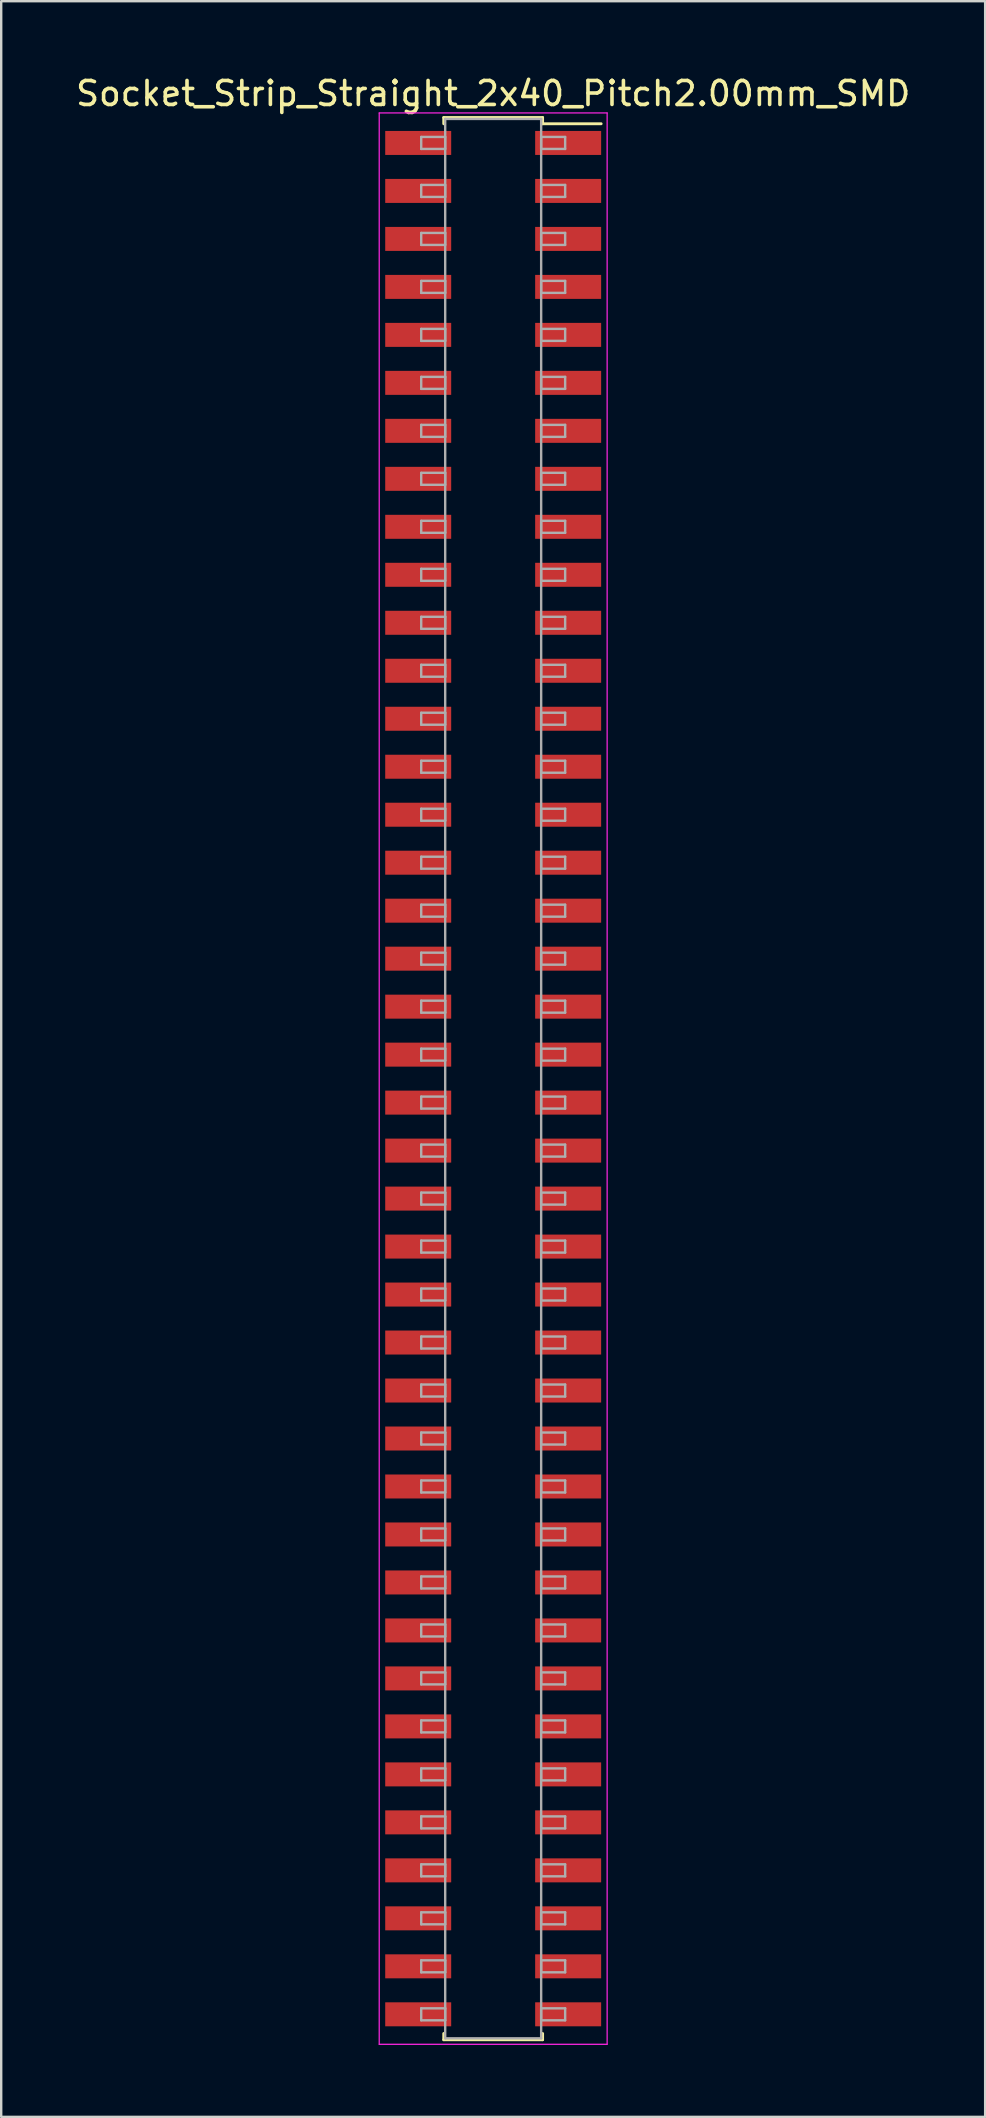
<source format=kicad_pcb>
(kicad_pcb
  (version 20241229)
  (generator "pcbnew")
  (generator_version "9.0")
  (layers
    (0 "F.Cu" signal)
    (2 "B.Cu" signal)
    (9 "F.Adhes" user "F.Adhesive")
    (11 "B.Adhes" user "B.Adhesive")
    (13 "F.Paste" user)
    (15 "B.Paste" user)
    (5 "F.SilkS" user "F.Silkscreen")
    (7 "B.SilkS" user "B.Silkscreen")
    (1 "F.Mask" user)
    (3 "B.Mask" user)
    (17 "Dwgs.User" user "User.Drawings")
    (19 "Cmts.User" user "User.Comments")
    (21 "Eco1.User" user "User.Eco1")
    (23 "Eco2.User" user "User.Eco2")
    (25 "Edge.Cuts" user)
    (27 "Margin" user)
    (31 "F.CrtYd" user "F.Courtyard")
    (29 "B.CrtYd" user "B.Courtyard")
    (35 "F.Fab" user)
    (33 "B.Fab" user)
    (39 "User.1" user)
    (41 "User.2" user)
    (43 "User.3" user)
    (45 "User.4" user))
  (footprint "Socket_Strip_Straight_2x40_Pitch2.00mm_SMD"
    (layer "F.Cu")
    (at 17.506 41.908)
    (property "Reference" "Socket_Strip_Straight_2x40_Pitch2.00mm_SMD" (at 0 -41.06 0) (layer "F.SilkS") (effects (font (size 1 1) (thickness 0.15))))
    (attr smd)
    (fp_line (start -2.06 -40.06) (end 2.06 -40.06) (stroke (width 0.12) (type solid)) (layer "F.SilkS"))
    (fp_line (start -2.06 -39.8) (end -2.06 -40.06) (stroke (width 0.12) (type solid)) (layer "F.SilkS"))
    (fp_line (start -2.06 39.8) (end -2.06 40.06) (stroke (width 0.12) (type solid)) (layer "F.SilkS"))
    (fp_line (start -2.06 40.06) (end 2.06 40.06) (stroke (width 0.12) (type solid)) (layer "F.SilkS"))
    (fp_line (start 2.06 -40.06) (end 2.06 -39.8) (stroke (width 0.12) (type solid)) (layer "F.SilkS"))
    (fp_line (start 2.06 40.06) (end 2.06 39.8) (stroke (width 0.12) (type solid)) (layer "F.SilkS"))
    (fp_line (start 4.5 -39.8) (end 2.06 -39.8) (stroke (width 0.12) (type solid)) (layer "F.SilkS"))
    (fp_line (start -4.75 -40.25) (end -4.75 40.25) (stroke (width 0.05) (type solid)) (layer "F.CrtYd"))
    (fp_line (start -4.75 40.25) (end 4.75 40.25) (stroke (width 0.05) (type solid)) (layer "F.CrtYd"))
    (fp_line (start 4.75 -40.25) (end -4.75 -40.25) (stroke (width 0.05) (type solid)) (layer "F.CrtYd"))
    (fp_line (start 4.75 40.25) (end 4.75 -40.25) (stroke (width 0.05) (type solid)) (layer "F.CrtYd"))
    (fp_line (start -3 -39.25) (end -2 -39.25) (stroke (width 0.1) (type solid)) (layer "F.Fab"))
    (fp_line (start -3 -38.75) (end -3 -39.25) (stroke (width 0.1) (type solid)) (layer "F.Fab"))
    (fp_line (start -3 -37.25) (end -2 -37.25) (stroke (width 0.1) (type solid)) (layer "F.Fab"))
    (fp_line (start -3 -36.75) (end -3 -37.25) (stroke (width 0.1) (type solid)) (layer "F.Fab"))
    (fp_line (start -3 -35.25) (end -2 -35.25) (stroke (width 0.1) (type solid)) (layer "F.Fab"))
    (fp_line (start -3 -34.75) (end -3 -35.25) (stroke (width 0.1) (type solid)) (layer "F.Fab"))
    (fp_line (start -3 -33.25) (end -2 -33.25) (stroke (width 0.1) (type solid)) (layer "F.Fab"))
    (fp_line (start -3 -32.75) (end -3 -33.25) (stroke (width 0.1) (type solid)) (layer "F.Fab"))
    (fp_line (start -3 -31.25) (end -2 -31.25) (stroke (width 0.1) (type solid)) (layer "F.Fab"))
    (fp_line (start -3 -30.75) (end -3 -31.25) (stroke (width 0.1) (type solid)) (layer "F.Fab"))
    (fp_line (start -3 -29.25) (end -2 -29.25) (stroke (width 0.1) (type solid)) (layer "F.Fab"))
    (fp_line (start -3 -28.75) (end -3 -29.25) (stroke (width 0.1) (type solid)) (layer "F.Fab"))
    (fp_line (start -3 -27.25) (end -2 -27.25) (stroke (width 0.1) (type solid)) (layer "F.Fab"))
    (fp_line (start -3 -26.75) (end -3 -27.25) (stroke (width 0.1) (type solid)) (layer "F.Fab"))
    (fp_line (start -3 -25.25) (end -2 -25.25) (stroke (width 0.1) (type solid)) (layer "F.Fab"))
    (fp_line (start -3 -24.75) (end -3 -25.25) (stroke (width 0.1) (type solid)) (layer "F.Fab"))
    (fp_line (start -3 -23.25) (end -2 -23.25) (stroke (width 0.1) (type solid)) (layer "F.Fab"))
    (fp_line (start -3 -22.75) (end -3 -23.25) (stroke (width 0.1) (type solid)) (layer "F.Fab"))
    (fp_line (start -3 -21.25) (end -2 -21.25) (stroke (width 0.1) (type solid)) (layer "F.Fab"))
    (fp_line (start -3 -20.75) (end -3 -21.25) (stroke (width 0.1) (type solid)) (layer "F.Fab"))
    (fp_line (start -3 -19.25) (end -2 -19.25) (stroke (width 0.1) (type solid)) (layer "F.Fab"))
    (fp_line (start -3 -18.75) (end -3 -19.25) (stroke (width 0.1) (type solid)) (layer "F.Fab"))
    (fp_line (start -3 -17.25) (end -2 -17.25) (stroke (width 0.1) (type solid)) (layer "F.Fab"))
    (fp_line (start -3 -16.75) (end -3 -17.25) (stroke (width 0.1) (type solid)) (layer "F.Fab"))
    (fp_line (start -3 -15.25) (end -2 -15.25) (stroke (width 0.1) (type solid)) (layer "F.Fab"))
    (fp_line (start -3 -14.75) (end -3 -15.25) (stroke (width 0.1) (type solid)) (layer "F.Fab"))
    (fp_line (start -3 -13.25) (end -2 -13.25) (stroke (width 0.1) (type solid)) (layer "F.Fab"))
    (fp_line (start -3 -12.75) (end -3 -13.25) (stroke (width 0.1) (type solid)) (layer "F.Fab"))
    (fp_line (start -3 -11.25) (end -2 -11.25) (stroke (width 0.1) (type solid)) (layer "F.Fab"))
    (fp_line (start -3 -10.75) (end -3 -11.25) (stroke (width 0.1) (type solid)) (layer "F.Fab"))
    (fp_line (start -3 -9.25) (end -2 -9.25) (stroke (width 0.1) (type solid)) (layer "F.Fab"))
    (fp_line (start -3 -8.75) (end -3 -9.25) (stroke (width 0.1) (type solid)) (layer "F.Fab"))
    (fp_line (start -3 -7.25) (end -2 -7.25) (stroke (width 0.1) (type solid)) (layer "F.Fab"))
    (fp_line (start -3 -6.75) (end -3 -7.25) (stroke (width 0.1) (type solid)) (layer "F.Fab"))
    (fp_line (start -3 -5.25) (end -2 -5.25) (stroke (width 0.1) (type solid)) (layer "F.Fab"))
    (fp_line (start -3 -4.75) (end -3 -5.25) (stroke (width 0.1) (type solid)) (layer "F.Fab"))
    (fp_line (start -3 -3.25) (end -2 -3.25) (stroke (width 0.1) (type solid)) (layer "F.Fab"))
    (fp_line (start -3 -2.75) (end -3 -3.25) (stroke (width 0.1) (type solid)) (layer "F.Fab"))
    (fp_line (start -3 -1.25) (end -2 -1.25) (stroke (width 0.1) (type solid)) (layer "F.Fab"))
    (fp_line (start -3 -0.75) (end -3 -1.25) (stroke (width 0.1) (type solid)) (layer "F.Fab"))
    (fp_line (start -3 0.75) (end -2 0.75) (stroke (width 0.1) (type solid)) (layer "F.Fab"))
    (fp_line (start -3 1.25) (end -3 0.75) (stroke (width 0.1) (type solid)) (layer "F.Fab"))
    (fp_line (start -3 2.75) (end -2 2.75) (stroke (width 0.1) (type solid)) (layer "F.Fab"))
    (fp_line (start -3 3.25) (end -3 2.75) (stroke (width 0.1) (type solid)) (layer "F.Fab"))
    (fp_line (start -3 4.75) (end -2 4.75) (stroke (width 0.1) (type solid)) (layer "F.Fab"))
    (fp_line (start -3 5.25) (end -3 4.75) (stroke (width 0.1) (type solid)) (layer "F.Fab"))
    (fp_line (start -3 6.75) (end -2 6.75) (stroke (width 0.1) (type solid)) (layer "F.Fab"))
    (fp_line (start -3 7.25) (end -3 6.75) (stroke (width 0.1) (type solid)) (layer "F.Fab"))
    (fp_line (start -3 8.75) (end -2 8.75) (stroke (width 0.1) (type solid)) (layer "F.Fab"))
    (fp_line (start -3 9.25) (end -3 8.75) (stroke (width 0.1) (type solid)) (layer "F.Fab"))
    (fp_line (start -3 10.75) (end -2 10.75) (stroke (width 0.1) (type solid)) (layer "F.Fab"))
    (fp_line (start -3 11.25) (end -3 10.75) (stroke (width 0.1) (type solid)) (layer "F.Fab"))
    (fp_line (start -3 12.75) (end -2 12.75) (stroke (width 0.1) (type solid)) (layer "F.Fab"))
    (fp_line (start -3 13.25) (end -3 12.75) (stroke (width 0.1) (type solid)) (layer "F.Fab"))
    (fp_line (start -3 14.75) (end -2 14.75) (stroke (width 0.1) (type solid)) (layer "F.Fab"))
    (fp_line (start -3 15.25) (end -3 14.75) (stroke (width 0.1) (type solid)) (layer "F.Fab"))
    (fp_line (start -3 16.75) (end -2 16.75) (stroke (width 0.1) (type solid)) (layer "F.Fab"))
    (fp_line (start -3 17.25) (end -3 16.75) (stroke (width 0.1) (type solid)) (layer "F.Fab"))
    (fp_line (start -3 18.75) (end -2 18.75) (stroke (width 0.1) (type solid)) (layer "F.Fab"))
    (fp_line (start -3 19.25) (end -3 18.75) (stroke (width 0.1) (type solid)) (layer "F.Fab"))
    (fp_line (start -3 20.75) (end -2 20.75) (stroke (width 0.1) (type solid)) (layer "F.Fab"))
    (fp_line (start -3 21.25) (end -3 20.75) (stroke (width 0.1) (type solid)) (layer "F.Fab"))
    (fp_line (start -3 22.75) (end -2 22.75) (stroke (width 0.1) (type solid)) (layer "F.Fab"))
    (fp_line (start -3 23.25) (end -3 22.75) (stroke (width 0.1) (type solid)) (layer "F.Fab"))
    (fp_line (start -3 24.75) (end -2 24.75) (stroke (width 0.1) (type solid)) (layer "F.Fab"))
    (fp_line (start -3 25.25) (end -3 24.75) (stroke (width 0.1) (type solid)) (layer "F.Fab"))
    (fp_line (start -3 26.75) (end -2 26.75) (stroke (width 0.1) (type solid)) (layer "F.Fab"))
    (fp_line (start -3 27.25) (end -3 26.75) (stroke (width 0.1) (type solid)) (layer "F.Fab"))
    (fp_line (start -3 28.75) (end -2 28.75) (stroke (width 0.1) (type solid)) (layer "F.Fab"))
    (fp_line (start -3 29.25) (end -3 28.75) (stroke (width 0.1) (type solid)) (layer "F.Fab"))
    (fp_line (start -3 30.75) (end -2 30.75) (stroke (width 0.1) (type solid)) (layer "F.Fab"))
    (fp_line (start -3 31.25) (end -3 30.75) (stroke (width 0.1) (type solid)) (layer "F.Fab"))
    (fp_line (start -3 32.75) (end -2 32.75) (stroke (width 0.1) (type solid)) (layer "F.Fab"))
    (fp_line (start -3 33.25) (end -3 32.75) (stroke (width 0.1) (type solid)) (layer "F.Fab"))
    (fp_line (start -3 34.75) (end -2 34.75) (stroke (width 0.1) (type solid)) (layer "F.Fab"))
    (fp_line (start -3 35.25) (end -3 34.75) (stroke (width 0.1) (type solid)) (layer "F.Fab"))
    (fp_line (start -3 36.75) (end -2 36.75) (stroke (width 0.1) (type solid)) (layer "F.Fab"))
    (fp_line (start -3 37.25) (end -3 36.75) (stroke (width 0.1) (type solid)) (layer "F.Fab"))
    (fp_line (start -3 38.75) (end -2 38.75) (stroke (width 0.1) (type solid)) (layer "F.Fab"))
    (fp_line (start -3 39.25) (end -3 38.75) (stroke (width 0.1) (type solid)) (layer "F.Fab"))
    (fp_line (start -2 -40) (end -2 40) (stroke (width 0.1) (type solid)) (layer "F.Fab"))
    (fp_line (start -2 -39.25) (end -2 -38.75) (stroke (width 0.1) (type solid)) (layer "F.Fab"))
    (fp_line (start -2 -38.75) (end -3 -38.75) (stroke (width 0.1) (type solid)) (layer "F.Fab"))
    (fp_line (start -2 -37.25) (end -2 -36.75) (stroke (width 0.1) (type solid)) (layer "F.Fab"))
    (fp_line (start -2 -36.75) (end -3 -36.75) (stroke (width 0.1) (type solid)) (layer "F.Fab"))
    (fp_line (start -2 -35.25) (end -2 -34.75) (stroke (width 0.1) (type solid)) (layer "F.Fab"))
    (fp_line (start -2 -34.75) (end -3 -34.75) (stroke (width 0.1) (type solid)) (layer "F.Fab"))
    (fp_line (start -2 -33.25) (end -2 -32.75) (stroke (width 0.1) (type solid)) (layer "F.Fab"))
    (fp_line (start -2 -32.75) (end -3 -32.75) (stroke (width 0.1) (type solid)) (layer "F.Fab"))
    (fp_line (start -2 -31.25) (end -2 -30.75) (stroke (width 0.1) (type solid)) (layer "F.Fab"))
    (fp_line (start -2 -30.75) (end -3 -30.75) (stroke (width 0.1) (type solid)) (layer "F.Fab"))
    (fp_line (start -2 -29.25) (end -2 -28.75) (stroke (width 0.1) (type solid)) (layer "F.Fab"))
    (fp_line (start -2 -28.75) (end -3 -28.75) (stroke (width 0.1) (type solid)) (layer "F.Fab"))
    (fp_line (start -2 -27.25) (end -2 -26.75) (stroke (width 0.1) (type solid)) (layer "F.Fab"))
    (fp_line (start -2 -26.75) (end -3 -26.75) (stroke (width 0.1) (type solid)) (layer "F.Fab"))
    (fp_line (start -2 -25.25) (end -2 -24.75) (stroke (width 0.1) (type solid)) (layer "F.Fab"))
    (fp_line (start -2 -24.75) (end -3 -24.75) (stroke (width 0.1) (type solid)) (layer "F.Fab"))
    (fp_line (start -2 -23.25) (end -2 -22.75) (stroke (width 0.1) (type solid)) (layer "F.Fab"))
    (fp_line (start -2 -22.75) (end -3 -22.75) (stroke (width 0.1) (type solid)) (layer "F.Fab"))
    (fp_line (start -2 -21.25) (end -2 -20.75) (stroke (width 0.1) (type solid)) (layer "F.Fab"))
    (fp_line (start -2 -20.75) (end -3 -20.75) (stroke (width 0.1) (type solid)) (layer "F.Fab"))
    (fp_line (start -2 -19.25) (end -2 -18.75) (stroke (width 0.1) (type solid)) (layer "F.Fab"))
    (fp_line (start -2 -18.75) (end -3 -18.75) (stroke (width 0.1) (type solid)) (layer "F.Fab"))
    (fp_line (start -2 -17.25) (end -2 -16.75) (stroke (width 0.1) (type solid)) (layer "F.Fab"))
    (fp_line (start -2 -16.75) (end -3 -16.75) (stroke (width 0.1) (type solid)) (layer "F.Fab"))
    (fp_line (start -2 -15.25) (end -2 -14.75) (stroke (width 0.1) (type solid)) (layer "F.Fab"))
    (fp_line (start -2 -14.75) (end -3 -14.75) (stroke (width 0.1) (type solid)) (layer "F.Fab"))
    (fp_line (start -2 -13.25) (end -2 -12.75) (stroke (width 0.1) (type solid)) (layer "F.Fab"))
    (fp_line (start -2 -12.75) (end -3 -12.75) (stroke (width 0.1) (type solid)) (layer "F.Fab"))
    (fp_line (start -2 -11.25) (end -2 -10.75) (stroke (width 0.1) (type solid)) (layer "F.Fab"))
    (fp_line (start -2 -10.75) (end -3 -10.75) (stroke (width 0.1) (type solid)) (layer "F.Fab"))
    (fp_line (start -2 -9.25) (end -2 -8.75) (stroke (width 0.1) (type solid)) (layer "F.Fab"))
    (fp_line (start -2 -8.75) (end -3 -8.75) (stroke (width 0.1) (type solid)) (layer "F.Fab"))
    (fp_line (start -2 -7.25) (end -2 -6.75) (stroke (width 0.1) (type solid)) (layer "F.Fab"))
    (fp_line (start -2 -6.75) (end -3 -6.75) (stroke (width 0.1) (type solid)) (layer "F.Fab"))
    (fp_line (start -2 -5.25) (end -2 -4.75) (stroke (width 0.1) (type solid)) (layer "F.Fab"))
    (fp_line (start -2 -4.75) (end -3 -4.75) (stroke (width 0.1) (type solid)) (layer "F.Fab"))
    (fp_line (start -2 -3.25) (end -2 -2.75) (stroke (width 0.1) (type solid)) (layer "F.Fab"))
    (fp_line (start -2 -2.75) (end -3 -2.75) (stroke (width 0.1) (type solid)) (layer "F.Fab"))
    (fp_line (start -2 -1.25) (end -2 -0.75) (stroke (width 0.1) (type solid)) (layer "F.Fab"))
    (fp_line (start -2 -0.75) (end -3 -0.75) (stroke (width 0.1) (type solid)) (layer "F.Fab"))
    (fp_line (start -2 0.75) (end -2 1.25) (stroke (width 0.1) (type solid)) (layer "F.Fab"))
    (fp_line (start -2 1.25) (end -3 1.25) (stroke (width 0.1) (type solid)) (layer "F.Fab"))
    (fp_line (start -2 2.75) (end -2 3.25) (stroke (width 0.1) (type solid)) (layer "F.Fab"))
    (fp_line (start -2 3.25) (end -3 3.25) (stroke (width 0.1) (type solid)) (layer "F.Fab"))
    (fp_line (start -2 4.75) (end -2 5.25) (stroke (width 0.1) (type solid)) (layer "F.Fab"))
    (fp_line (start -2 5.25) (end -3 5.25) (stroke (width 0.1) (type solid)) (layer "F.Fab"))
    (fp_line (start -2 6.75) (end -2 7.25) (stroke (width 0.1) (type solid)) (layer "F.Fab"))
    (fp_line (start -2 7.25) (end -3 7.25) (stroke (width 0.1) (type solid)) (layer "F.Fab"))
    (fp_line (start -2 8.75) (end -2 9.25) (stroke (width 0.1) (type solid)) (layer "F.Fab"))
    (fp_line (start -2 9.25) (end -3 9.25) (stroke (width 0.1) (type solid)) (layer "F.Fab"))
    (fp_line (start -2 10.75) (end -2 11.25) (stroke (width 0.1) (type solid)) (layer "F.Fab"))
    (fp_line (start -2 11.25) (end -3 11.25) (stroke (width 0.1) (type solid)) (layer "F.Fab"))
    (fp_line (start -2 12.75) (end -2 13.25) (stroke (width 0.1) (type solid)) (layer "F.Fab"))
    (fp_line (start -2 13.25) (end -3 13.25) (stroke (width 0.1) (type solid)) (layer "F.Fab"))
    (fp_line (start -2 14.75) (end -2 15.25) (stroke (width 0.1) (type solid)) (layer "F.Fab"))
    (fp_line (start -2 15.25) (end -3 15.25) (stroke (width 0.1) (type solid)) (layer "F.Fab"))
    (fp_line (start -2 16.75) (end -2 17.25) (stroke (width 0.1) (type solid)) (layer "F.Fab"))
    (fp_line (start -2 17.25) (end -3 17.25) (stroke (width 0.1) (type solid)) (layer "F.Fab"))
    (fp_line (start -2 18.75) (end -2 19.25) (stroke (width 0.1) (type solid)) (layer "F.Fab"))
    (fp_line (start -2 19.25) (end -3 19.25) (stroke (width 0.1) (type solid)) (layer "F.Fab"))
    (fp_line (start -2 20.75) (end -2 21.25) (stroke (width 0.1) (type solid)) (layer "F.Fab"))
    (fp_line (start -2 21.25) (end -3 21.25) (stroke (width 0.1) (type solid)) (layer "F.Fab"))
    (fp_line (start -2 22.75) (end -2 23.25) (stroke (width 0.1) (type solid)) (layer "F.Fab"))
    (fp_line (start -2 23.25) (end -3 23.25) (stroke (width 0.1) (type solid)) (layer "F.Fab"))
    (fp_line (start -2 24.75) (end -2 25.25) (stroke (width 0.1) (type solid)) (layer "F.Fab"))
    (fp_line (start -2 25.25) (end -3 25.25) (stroke (width 0.1) (type solid)) (layer "F.Fab"))
    (fp_line (start -2 26.75) (end -2 27.25) (stroke (width 0.1) (type solid)) (layer "F.Fab"))
    (fp_line (start -2 27.25) (end -3 27.25) (stroke (width 0.1) (type solid)) (layer "F.Fab"))
    (fp_line (start -2 28.75) (end -2 29.25) (stroke (width 0.1) (type solid)) (layer "F.Fab"))
    (fp_line (start -2 29.25) (end -3 29.25) (stroke (width 0.1) (type solid)) (layer "F.Fab"))
    (fp_line (start -2 30.75) (end -2 31.25) (stroke (width 0.1) (type solid)) (layer "F.Fab"))
    (fp_line (start -2 31.25) (end -3 31.25) (stroke (width 0.1) (type solid)) (layer "F.Fab"))
    (fp_line (start -2 32.75) (end -2 33.25) (stroke (width 0.1) (type solid)) (layer "F.Fab"))
    (fp_line (start -2 33.25) (end -3 33.25) (stroke (width 0.1) (type solid)) (layer "F.Fab"))
    (fp_line (start -2 34.75) (end -2 35.25) (stroke (width 0.1) (type solid)) (layer "F.Fab"))
    (fp_line (start -2 35.25) (end -3 35.25) (stroke (width 0.1) (type solid)) (layer "F.Fab"))
    (fp_line (start -2 36.75) (end -2 37.25) (stroke (width 0.1) (type solid)) (layer "F.Fab"))
    (fp_line (start -2 37.25) (end -3 37.25) (stroke (width 0.1) (type solid)) (layer "F.Fab"))
    (fp_line (start -2 38.75) (end -2 39.25) (stroke (width 0.1) (type solid)) (layer "F.Fab"))
    (fp_line (start -2 39.25) (end -3 39.25) (stroke (width 0.1) (type solid)) (layer "F.Fab"))
    (fp_line (start -2 40) (end 2 40) (stroke (width 0.1) (type solid)) (layer "F.Fab"))
    (fp_line (start 2 -40) (end -2 -40) (stroke (width 0.1) (type solid)) (layer "F.Fab"))
    (fp_line (start 2 -39.25) (end 2 -38.75) (stroke (width 0.1) (type solid)) (layer "F.Fab"))
    (fp_line (start 2 -38.75) (end 3 -38.75) (stroke (width 0.1) (type solid)) (layer "F.Fab"))
    (fp_line (start 2 -37.25) (end 2 -36.75) (stroke (width 0.1) (type solid)) (layer "F.Fab"))
    (fp_line (start 2 -36.75) (end 3 -36.75) (stroke (width 0.1) (type solid)) (layer "F.Fab"))
    (fp_line (start 2 -35.25) (end 2 -34.75) (stroke (width 0.1) (type solid)) (layer "F.Fab"))
    (fp_line (start 2 -34.75) (end 3 -34.75) (stroke (width 0.1) (type solid)) (layer "F.Fab"))
    (fp_line (start 2 -33.25) (end 2 -32.75) (stroke (width 0.1) (type solid)) (layer "F.Fab"))
    (fp_line (start 2 -32.75) (end 3 -32.75) (stroke (width 0.1) (type solid)) (layer "F.Fab"))
    (fp_line (start 2 -31.25) (end 2 -30.75) (stroke (width 0.1) (type solid)) (layer "F.Fab"))
    (fp_line (start 2 -30.75) (end 3 -30.75) (stroke (width 0.1) (type solid)) (layer "F.Fab"))
    (fp_line (start 2 -29.25) (end 2 -28.75) (stroke (width 0.1) (type solid)) (layer "F.Fab"))
    (fp_line (start 2 -28.75) (end 3 -28.75) (stroke (width 0.1) (type solid)) (layer "F.Fab"))
    (fp_line (start 2 -27.25) (end 2 -26.75) (stroke (width 0.1) (type solid)) (layer "F.Fab"))
    (fp_line (start 2 -26.75) (end 3 -26.75) (stroke (width 0.1) (type solid)) (layer "F.Fab"))
    (fp_line (start 2 -25.25) (end 2 -24.75) (stroke (width 0.1) (type solid)) (layer "F.Fab"))
    (fp_line (start 2 -24.75) (end 3 -24.75) (stroke (width 0.1) (type solid)) (layer "F.Fab"))
    (fp_line (start 2 -23.25) (end 2 -22.75) (stroke (width 0.1) (type solid)) (layer "F.Fab"))
    (fp_line (start 2 -22.75) (end 3 -22.75) (stroke (width 0.1) (type solid)) (layer "F.Fab"))
    (fp_line (start 2 -21.25) (end 2 -20.75) (stroke (width 0.1) (type solid)) (layer "F.Fab"))
    (fp_line (start 2 -20.75) (end 3 -20.75) (stroke (width 0.1) (type solid)) (layer "F.Fab"))
    (fp_line (start 2 -19.25) (end 2 -18.75) (stroke (width 0.1) (type solid)) (layer "F.Fab"))
    (fp_line (start 2 -18.75) (end 3 -18.75) (stroke (width 0.1) (type solid)) (layer "F.Fab"))
    (fp_line (start 2 -17.25) (end 2 -16.75) (stroke (width 0.1) (type solid)) (layer "F.Fab"))
    (fp_line (start 2 -16.75) (end 3 -16.75) (stroke (width 0.1) (type solid)) (layer "F.Fab"))
    (fp_line (start 2 -15.25) (end 2 -14.75) (stroke (width 0.1) (type solid)) (layer "F.Fab"))
    (fp_line (start 2 -14.75) (end 3 -14.75) (stroke (width 0.1) (type solid)) (layer "F.Fab"))
    (fp_line (start 2 -13.25) (end 2 -12.75) (stroke (width 0.1) (type solid)) (layer "F.Fab"))
    (fp_line (start 2 -12.75) (end 3 -12.75) (stroke (width 0.1) (type solid)) (layer "F.Fab"))
    (fp_line (start 2 -11.25) (end 2 -10.75) (stroke (width 0.1) (type solid)) (layer "F.Fab"))
    (fp_line (start 2 -10.75) (end 3 -10.75) (stroke (width 0.1) (type solid)) (layer "F.Fab"))
    (fp_line (start 2 -9.25) (end 2 -8.75) (stroke (width 0.1) (type solid)) (layer "F.Fab"))
    (fp_line (start 2 -8.75) (end 3 -8.75) (stroke (width 0.1) (type solid)) (layer "F.Fab"))
    (fp_line (start 2 -7.25) (end 2 -6.75) (stroke (width 0.1) (type solid)) (layer "F.Fab"))
    (fp_line (start 2 -6.75) (end 3 -6.75) (stroke (width 0.1) (type solid)) (layer "F.Fab"))
    (fp_line (start 2 -5.25) (end 2 -4.75) (stroke (width 0.1) (type solid)) (layer "F.Fab"))
    (fp_line (start 2 -4.75) (end 3 -4.75) (stroke (width 0.1) (type solid)) (layer "F.Fab"))
    (fp_line (start 2 -3.25) (end 2 -2.75) (stroke (width 0.1) (type solid)) (layer "F.Fab"))
    (fp_line (start 2 -2.75) (end 3 -2.75) (stroke (width 0.1) (type solid)) (layer "F.Fab"))
    (fp_line (start 2 -1.25) (end 2 -0.75) (stroke (width 0.1) (type solid)) (layer "F.Fab"))
    (fp_line (start 2 -0.75) (end 3 -0.75) (stroke (width 0.1) (type solid)) (layer "F.Fab"))
    (fp_line (start 2 0.75) (end 2 1.25) (stroke (width 0.1) (type solid)) (layer "F.Fab"))
    (fp_line (start 2 1.25) (end 3 1.25) (stroke (width 0.1) (type solid)) (layer "F.Fab"))
    (fp_line (start 2 2.75) (end 2 3.25) (stroke (width 0.1) (type solid)) (layer "F.Fab"))
    (fp_line (start 2 3.25) (end 3 3.25) (stroke (width 0.1) (type solid)) (layer "F.Fab"))
    (fp_line (start 2 4.75) (end 2 5.25) (stroke (width 0.1) (type solid)) (layer "F.Fab"))
    (fp_line (start 2 5.25) (end 3 5.25) (stroke (width 0.1) (type solid)) (layer "F.Fab"))
    (fp_line (start 2 6.75) (end 2 7.25) (stroke (width 0.1) (type solid)) (layer "F.Fab"))
    (fp_line (start 2 7.25) (end 3 7.25) (stroke (width 0.1) (type solid)) (layer "F.Fab"))
    (fp_line (start 2 8.75) (end 2 9.25) (stroke (width 0.1) (type solid)) (layer "F.Fab"))
    (fp_line (start 2 9.25) (end 3 9.25) (stroke (width 0.1) (type solid)) (layer "F.Fab"))
    (fp_line (start 2 10.75) (end 2 11.25) (stroke (width 0.1) (type solid)) (layer "F.Fab"))
    (fp_line (start 2 11.25) (end 3 11.25) (stroke (width 0.1) (type solid)) (layer "F.Fab"))
    (fp_line (start 2 12.75) (end 2 13.25) (stroke (width 0.1) (type solid)) (layer "F.Fab"))
    (fp_line (start 2 13.25) (end 3 13.25) (stroke (width 0.1) (type solid)) (layer "F.Fab"))
    (fp_line (start 2 14.75) (end 2 15.25) (stroke (width 0.1) (type solid)) (layer "F.Fab"))
    (fp_line (start 2 15.25) (end 3 15.25) (stroke (width 0.1) (type solid)) (layer "F.Fab"))
    (fp_line (start 2 16.75) (end 2 17.25) (stroke (width 0.1) (type solid)) (layer "F.Fab"))
    (fp_line (start 2 17.25) (end 3 17.25) (stroke (width 0.1) (type solid)) (layer "F.Fab"))
    (fp_line (start 2 18.75) (end 2 19.25) (stroke (width 0.1) (type solid)) (layer "F.Fab"))
    (fp_line (start 2 19.25) (end 3 19.25) (stroke (width 0.1) (type solid)) (layer "F.Fab"))
    (fp_line (start 2 20.75) (end 2 21.25) (stroke (width 0.1) (type solid)) (layer "F.Fab"))
    (fp_line (start 2 21.25) (end 3 21.25) (stroke (width 0.1) (type solid)) (layer "F.Fab"))
    (fp_line (start 2 22.75) (end 2 23.25) (stroke (width 0.1) (type solid)) (layer "F.Fab"))
    (fp_line (start 2 23.25) (end 3 23.25) (stroke (width 0.1) (type solid)) (layer "F.Fab"))
    (fp_line (start 2 24.75) (end 2 25.25) (stroke (width 0.1) (type solid)) (layer "F.Fab"))
    (fp_line (start 2 25.25) (end 3 25.25) (stroke (width 0.1) (type solid)) (layer "F.Fab"))
    (fp_line (start 2 26.75) (end 2 27.25) (stroke (width 0.1) (type solid)) (layer "F.Fab"))
    (fp_line (start 2 27.25) (end 3 27.25) (stroke (width 0.1) (type solid)) (layer "F.Fab"))
    (fp_line (start 2 28.75) (end 2 29.25) (stroke (width 0.1) (type solid)) (layer "F.Fab"))
    (fp_line (start 2 29.25) (end 3 29.25) (stroke (width 0.1) (type solid)) (layer "F.Fab"))
    (fp_line (start 2 30.75) (end 2 31.25) (stroke (width 0.1) (type solid)) (layer "F.Fab"))
    (fp_line (start 2 31.25) (end 3 31.25) (stroke (width 0.1) (type solid)) (layer "F.Fab"))
    (fp_line (start 2 32.75) (end 2 33.25) (stroke (width 0.1) (type solid)) (layer "F.Fab"))
    (fp_line (start 2 33.25) (end 3 33.25) (stroke (width 0.1) (type solid)) (layer "F.Fab"))
    (fp_line (start 2 34.75) (end 2 35.25) (stroke (width 0.1) (type solid)) (layer "F.Fab"))
    (fp_line (start 2 35.25) (end 3 35.25) (stroke (width 0.1) (type solid)) (layer "F.Fab"))
    (fp_line (start 2 36.75) (end 2 37.25) (stroke (width 0.1) (type solid)) (layer "F.Fab"))
    (fp_line (start 2 37.25) (end 3 37.25) (stroke (width 0.1) (type solid)) (layer "F.Fab"))
    (fp_line (start 2 38.75) (end 2 39.25) (stroke (width 0.1) (type solid)) (layer "F.Fab"))
    (fp_line (start 2 39.25) (end 3 39.25) (stroke (width 0.1) (type solid)) (layer "F.Fab"))
    (fp_line (start 2 40) (end 2 -40) (stroke (width 0.1) (type solid)) (layer "F.Fab"))
    (fp_line (start 3 -39.25) (end 2 -39.25) (stroke (width 0.1) (type solid)) (layer "F.Fab"))
    (fp_line (start 3 -38.75) (end 3 -39.25) (stroke (width 0.1) (type solid)) (layer "F.Fab"))
    (fp_line (start 3 -37.25) (end 2 -37.25) (stroke (width 0.1) (type solid)) (layer "F.Fab"))
    (fp_line (start 3 -36.75) (end 3 -37.25) (stroke (width 0.1) (type solid)) (layer "F.Fab"))
    (fp_line (start 3 -35.25) (end 2 -35.25) (stroke (width 0.1) (type solid)) (layer "F.Fab"))
    (fp_line (start 3 -34.75) (end 3 -35.25) (stroke (width 0.1) (type solid)) (layer "F.Fab"))
    (fp_line (start 3 -33.25) (end 2 -33.25) (stroke (width 0.1) (type solid)) (layer "F.Fab"))
    (fp_line (start 3 -32.75) (end 3 -33.25) (stroke (width 0.1) (type solid)) (layer "F.Fab"))
    (fp_line (start 3 -31.25) (end 2 -31.25) (stroke (width 0.1) (type solid)) (layer "F.Fab"))
    (fp_line (start 3 -30.75) (end 3 -31.25) (stroke (width 0.1) (type solid)) (layer "F.Fab"))
    (fp_line (start 3 -29.25) (end 2 -29.25) (stroke (width 0.1) (type solid)) (layer "F.Fab"))
    (fp_line (start 3 -28.75) (end 3 -29.25) (stroke (width 0.1) (type solid)) (layer "F.Fab"))
    (fp_line (start 3 -27.25) (end 2 -27.25) (stroke (width 0.1) (type solid)) (layer "F.Fab"))
    (fp_line (start 3 -26.75) (end 3 -27.25) (stroke (width 0.1) (type solid)) (layer "F.Fab"))
    (fp_line (start 3 -25.25) (end 2 -25.25) (stroke (width 0.1) (type solid)) (layer "F.Fab"))
    (fp_line (start 3 -24.75) (end 3 -25.25) (stroke (width 0.1) (type solid)) (layer "F.Fab"))
    (fp_line (start 3 -23.25) (end 2 -23.25) (stroke (width 0.1) (type solid)) (layer "F.Fab"))
    (fp_line (start 3 -22.75) (end 3 -23.25) (stroke (width 0.1) (type solid)) (layer "F.Fab"))
    (fp_line (start 3 -21.25) (end 2 -21.25) (stroke (width 0.1) (type solid)) (layer "F.Fab"))
    (fp_line (start 3 -20.75) (end 3 -21.25) (stroke (width 0.1) (type solid)) (layer "F.Fab"))
    (fp_line (start 3 -19.25) (end 2 -19.25) (stroke (width 0.1) (type solid)) (layer "F.Fab"))
    (fp_line (start 3 -18.75) (end 3 -19.25) (stroke (width 0.1) (type solid)) (layer "F.Fab"))
    (fp_line (start 3 -17.25) (end 2 -17.25) (stroke (width 0.1) (type solid)) (layer "F.Fab"))
    (fp_line (start 3 -16.75) (end 3 -17.25) (stroke (width 0.1) (type solid)) (layer "F.Fab"))
    (fp_line (start 3 -15.25) (end 2 -15.25) (stroke (width 0.1) (type solid)) (layer "F.Fab"))
    (fp_line (start 3 -14.75) (end 3 -15.25) (stroke (width 0.1) (type solid)) (layer "F.Fab"))
    (fp_line (start 3 -13.25) (end 2 -13.25) (stroke (width 0.1) (type solid)) (layer "F.Fab"))
    (fp_line (start 3 -12.75) (end 3 -13.25) (stroke (width 0.1) (type solid)) (layer "F.Fab"))
    (fp_line (start 3 -11.25) (end 2 -11.25) (stroke (width 0.1) (type solid)) (layer "F.Fab"))
    (fp_line (start 3 -10.75) (end 3 -11.25) (stroke (width 0.1) (type solid)) (layer "F.Fab"))
    (fp_line (start 3 -9.25) (end 2 -9.25) (stroke (width 0.1) (type solid)) (layer "F.Fab"))
    (fp_line (start 3 -8.75) (end 3 -9.25) (stroke (width 0.1) (type solid)) (layer "F.Fab"))
    (fp_line (start 3 -7.25) (end 2 -7.25) (stroke (width 0.1) (type solid)) (layer "F.Fab"))
    (fp_line (start 3 -6.75) (end 3 -7.25) (stroke (width 0.1) (type solid)) (layer "F.Fab"))
    (fp_line (start 3 -5.25) (end 2 -5.25) (stroke (width 0.1) (type solid)) (layer "F.Fab"))
    (fp_line (start 3 -4.75) (end 3 -5.25) (stroke (width 0.1) (type solid)) (layer "F.Fab"))
    (fp_line (start 3 -3.25) (end 2 -3.25) (stroke (width 0.1) (type solid)) (layer "F.Fab"))
    (fp_line (start 3 -2.75) (end 3 -3.25) (stroke (width 0.1) (type solid)) (layer "F.Fab"))
    (fp_line (start 3 -1.25) (end 2 -1.25) (stroke (width 0.1) (type solid)) (layer "F.Fab"))
    (fp_line (start 3 -0.75) (end 3 -1.25) (stroke (width 0.1) (type solid)) (layer "F.Fab"))
    (fp_line (start 3 0.75) (end 2 0.75) (stroke (width 0.1) (type solid)) (layer "F.Fab"))
    (fp_line (start 3 1.25) (end 3 0.75) (stroke (width 0.1) (type solid)) (layer "F.Fab"))
    (fp_line (start 3 2.75) (end 2 2.75) (stroke (width 0.1) (type solid)) (layer "F.Fab"))
    (fp_line (start 3 3.25) (end 3 2.75) (stroke (width 0.1) (type solid)) (layer "F.Fab"))
    (fp_line (start 3 4.75) (end 2 4.75) (stroke (width 0.1) (type solid)) (layer "F.Fab"))
    (fp_line (start 3 5.25) (end 3 4.75) (stroke (width 0.1) (type solid)) (layer "F.Fab"))
    (fp_line (start 3 6.75) (end 2 6.75) (stroke (width 0.1) (type solid)) (layer "F.Fab"))
    (fp_line (start 3 7.25) (end 3 6.75) (stroke (width 0.1) (type solid)) (layer "F.Fab"))
    (fp_line (start 3 8.75) (end 2 8.75) (stroke (width 0.1) (type solid)) (layer "F.Fab"))
    (fp_line (start 3 9.25) (end 3 8.75) (stroke (width 0.1) (type solid)) (layer "F.Fab"))
    (fp_line (start 3 10.75) (end 2 10.75) (stroke (width 0.1) (type solid)) (layer "F.Fab"))
    (fp_line (start 3 11.25) (end 3 10.75) (stroke (width 0.1) (type solid)) (layer "F.Fab"))
    (fp_line (start 3 12.75) (end 2 12.75) (stroke (width 0.1) (type solid)) (layer "F.Fab"))
    (fp_line (start 3 13.25) (end 3 12.75) (stroke (width 0.1) (type solid)) (layer "F.Fab"))
    (fp_line (start 3 14.75) (end 2 14.75) (stroke (width 0.1) (type solid)) (layer "F.Fab"))
    (fp_line (start 3 15.25) (end 3 14.75) (stroke (width 0.1) (type solid)) (layer "F.Fab"))
    (fp_line (start 3 16.75) (end 2 16.75) (stroke (width 0.1) (type solid)) (layer "F.Fab"))
    (fp_line (start 3 17.25) (end 3 16.75) (stroke (width 0.1) (type solid)) (layer "F.Fab"))
    (fp_line (start 3 18.75) (end 2 18.75) (stroke (width 0.1) (type solid)) (layer "F.Fab"))
    (fp_line (start 3 19.25) (end 3 18.75) (stroke (width 0.1) (type solid)) (layer "F.Fab"))
    (fp_line (start 3 20.75) (end 2 20.75) (stroke (width 0.1) (type solid)) (layer "F.Fab"))
    (fp_line (start 3 21.25) (end 3 20.75) (stroke (width 0.1) (type solid)) (layer "F.Fab"))
    (fp_line (start 3 22.75) (end 2 22.75) (stroke (width 0.1) (type solid)) (layer "F.Fab"))
    (fp_line (start 3 23.25) (end 3 22.75) (stroke (width 0.1) (type solid)) (layer "F.Fab"))
    (fp_line (start 3 24.75) (end 2 24.75) (stroke (width 0.1) (type solid)) (layer "F.Fab"))
    (fp_line (start 3 25.25) (end 3 24.75) (stroke (width 0.1) (type solid)) (layer "F.Fab"))
    (fp_line (start 3 26.75) (end 2 26.75) (stroke (width 0.1) (type solid)) (layer "F.Fab"))
    (fp_line (start 3 27.25) (end 3 26.75) (stroke (width 0.1) (type solid)) (layer "F.Fab"))
    (fp_line (start 3 28.75) (end 2 28.75) (stroke (width 0.1) (type solid)) (layer "F.Fab"))
    (fp_line (start 3 29.25) (end 3 28.75) (stroke (width 0.1) (type solid)) (layer "F.Fab"))
    (fp_line (start 3 30.75) (end 2 30.75) (stroke (width 0.1) (type solid)) (layer "F.Fab"))
    (fp_line (start 3 31.25) (end 3 30.75) (stroke (width 0.1) (type solid)) (layer "F.Fab"))
    (fp_line (start 3 32.75) (end 2 32.75) (stroke (width 0.1) (type solid)) (layer "F.Fab"))
    (fp_line (start 3 33.25) (end 3 32.75) (stroke (width 0.1) (type solid)) (layer "F.Fab"))
    (fp_line (start 3 34.75) (end 2 34.75) (stroke (width 0.1) (type solid)) (layer "F.Fab"))
    (fp_line (start 3 35.25) (end 3 34.75) (stroke (width 0.1) (type solid)) (layer "F.Fab"))
    (fp_line (start 3 36.75) (end 2 36.75) (stroke (width 0.1) (type solid)) (layer "F.Fab"))
    (fp_line (start 3 37.25) (end 3 36.75) (stroke (width 0.1) (type solid)) (layer "F.Fab"))
    (fp_line (start 3 38.75) (end 2 38.75) (stroke (width 0.1) (type solid)) (layer "F.Fab"))
    (fp_line (start 3 39.25) (end 3 38.75) (stroke (width 0.1) (type solid)) (layer "F.Fab"))
    (pad "1" smd rect (at 3.125 -39) (size 2.75 1) (layers "F.Cu" "F.Mask"))
    (pad "2" smd rect (at -3.125 -39) (size 2.75 1) (layers "F.Cu" "F.Mask"))
    (pad "3" smd rect (at 3.125 -37) (size 2.75 1) (layers "F.Cu" "F.Mask"))
    (pad "4" smd rect (at -3.125 -37) (size 2.75 1) (layers "F.Cu" "F.Mask"))
    (pad "5" smd rect (at 3.125 -35) (size 2.75 1) (layers "F.Cu" "F.Mask"))
    (pad "6" smd rect (at -3.125 -35) (size 2.75 1) (layers "F.Cu" "F.Mask"))
    (pad "7" smd rect (at 3.125 -33) (size 2.75 1) (layers "F.Cu" "F.Mask"))
    (pad "8" smd rect (at -3.125 -33) (size 2.75 1) (layers "F.Cu" "F.Mask"))
    (pad "9" smd rect (at 3.125 -31) (size 2.75 1) (layers "F.Cu" "F.Mask"))
    (pad "10" smd rect (at -3.125 -31) (size 2.75 1) (layers "F.Cu" "F.Mask"))
    (pad "11" smd rect (at 3.125 -29) (size 2.75 1) (layers "F.Cu" "F.Mask"))
    (pad "12" smd rect (at -3.125 -29) (size 2.75 1) (layers "F.Cu" "F.Mask"))
    (pad "13" smd rect (at 3.125 -27) (size 2.75 1) (layers "F.Cu" "F.Mask"))
    (pad "14" smd rect (at -3.125 -27) (size 2.75 1) (layers "F.Cu" "F.Mask"))
    (pad "15" smd rect (at 3.125 -25) (size 2.75 1) (layers "F.Cu" "F.Mask"))
    (pad "16" smd rect (at -3.125 -25) (size 2.75 1) (layers "F.Cu" "F.Mask"))
    (pad "17" smd rect (at 3.125 -23) (size 2.75 1) (layers "F.Cu" "F.Mask"))
    (pad "18" smd rect (at -3.125 -23) (size 2.75 1) (layers "F.Cu" "F.Mask"))
    (pad "19" smd rect (at 3.125 -21) (size 2.75 1) (layers "F.Cu" "F.Mask"))
    (pad "20" smd rect (at -3.125 -21) (size 2.75 1) (layers "F.Cu" "F.Mask"))
    (pad "21" smd rect (at 3.125 -19) (size 2.75 1) (layers "F.Cu" "F.Mask"))
    (pad "22" smd rect (at -3.125 -19) (size 2.75 1) (layers "F.Cu" "F.Mask"))
    (pad "23" smd rect (at 3.125 -17) (size 2.75 1) (layers "F.Cu" "F.Mask"))
    (pad "24" smd rect (at -3.125 -17) (size 2.75 1) (layers "F.Cu" "F.Mask"))
    (pad "25" smd rect (at 3.125 -15) (size 2.75 1) (layers "F.Cu" "F.Mask"))
    (pad "26" smd rect (at -3.125 -15) (size 2.75 1) (layers "F.Cu" "F.Mask"))
    (pad "27" smd rect (at 3.125 -13) (size 2.75 1) (layers "F.Cu" "F.Mask"))
    (pad "28" smd rect (at -3.125 -13) (size 2.75 1) (layers "F.Cu" "F.Mask"))
    (pad "29" smd rect (at 3.125 -11) (size 2.75 1) (layers "F.Cu" "F.Mask"))
    (pad "30" smd rect (at -3.125 -11) (size 2.75 1) (layers "F.Cu" "F.Mask"))
    (pad "31" smd rect (at 3.125 -9) (size 2.75 1) (layers "F.Cu" "F.Mask"))
    (pad "32" smd rect (at -3.125 -9) (size 2.75 1) (layers "F.Cu" "F.Mask"))
    (pad "33" smd rect (at 3.125 -7) (size 2.75 1) (layers "F.Cu" "F.Mask"))
    (pad "34" smd rect (at -3.125 -7) (size 2.75 1) (layers "F.Cu" "F.Mask"))
    (pad "35" smd rect (at 3.125 -5) (size 2.75 1) (layers "F.Cu" "F.Mask"))
    (pad "36" smd rect (at -3.125 -5) (size 2.75 1) (layers "F.Cu" "F.Mask"))
    (pad "37" smd rect (at 3.125 -3) (size 2.75 1) (layers "F.Cu" "F.Mask"))
    (pad "38" smd rect (at -3.125 -3) (size 2.75 1) (layers "F.Cu" "F.Mask"))
    (pad "39" smd rect (at 3.125 -1) (size 2.75 1) (layers "F.Cu" "F.Mask"))
    (pad "40" smd rect (at -3.125 -1) (size 2.75 1) (layers "F.Cu" "F.Mask"))
    (pad "41" smd rect (at 3.125 1) (size 2.75 1) (layers "F.Cu" "F.Mask"))
    (pad "42" smd rect (at -3.125 1) (size 2.75 1) (layers "F.Cu" "F.Mask"))
    (pad "43" smd rect (at 3.125 3) (size 2.75 1) (layers "F.Cu" "F.Mask"))
    (pad "44" smd rect (at -3.125 3) (size 2.75 1) (layers "F.Cu" "F.Mask"))
    (pad "45" smd rect (at 3.125 5) (size 2.75 1) (layers "F.Cu" "F.Mask"))
    (pad "46" smd rect (at -3.125 5) (size 2.75 1) (layers "F.Cu" "F.Mask"))
    (pad "47" smd rect (at 3.125 7) (size 2.75 1) (layers "F.Cu" "F.Mask"))
    (pad "48" smd rect (at -3.125 7) (size 2.75 1) (layers "F.Cu" "F.Mask"))
    (pad "49" smd rect (at 3.125 9) (size 2.75 1) (layers "F.Cu" "F.Mask"))
    (pad "50" smd rect (at -3.125 9) (size 2.75 1) (layers "F.Cu" "F.Mask"))
    (pad "51" smd rect (at 3.125 11) (size 2.75 1) (layers "F.Cu" "F.Mask"))
    (pad "52" smd rect (at -3.125 11) (size 2.75 1) (layers "F.Cu" "F.Mask"))
    (pad "53" smd rect (at 3.125 13) (size 2.75 1) (layers "F.Cu" "F.Mask"))
    (pad "54" smd rect (at -3.125 13) (size 2.75 1) (layers "F.Cu" "F.Mask"))
    (pad "55" smd rect (at 3.125 15) (size 2.75 1) (layers "F.Cu" "F.Mask"))
    (pad "56" smd rect (at -3.125 15) (size 2.75 1) (layers "F.Cu" "F.Mask"))
    (pad "57" smd rect (at 3.125 17) (size 2.75 1) (layers "F.Cu" "F.Mask"))
    (pad "58" smd rect (at -3.125 17) (size 2.75 1) (layers "F.Cu" "F.Mask"))
    (pad "59" smd rect (at 3.125 19) (size 2.75 1) (layers "F.Cu" "F.Mask"))
    (pad "60" smd rect (at -3.125 19) (size 2.75 1) (layers "F.Cu" "F.Mask"))
    (pad "61" smd rect (at 3.125 21) (size 2.75 1) (layers "F.Cu" "F.Mask"))
    (pad "62" smd rect (at -3.125 21) (size 2.75 1) (layers "F.Cu" "F.Mask"))
    (pad "63" smd rect (at 3.125 23) (size 2.75 1) (layers "F.Cu" "F.Mask"))
    (pad "64" smd rect (at -3.125 23) (size 2.75 1) (layers "F.Cu" "F.Mask"))
    (pad "65" smd rect (at 3.125 25) (size 2.75 1) (layers "F.Cu" "F.Mask"))
    (pad "66" smd rect (at -3.125 25) (size 2.75 1) (layers "F.Cu" "F.Mask"))
    (pad "67" smd rect (at 3.125 27) (size 2.75 1) (layers "F.Cu" "F.Mask"))
    (pad "68" smd rect (at -3.125 27) (size 2.75 1) (layers "F.Cu" "F.Mask"))
    (pad "69" smd rect (at 3.125 29) (size 2.75 1) (layers "F.Cu" "F.Mask"))
    (pad "70" smd rect (at -3.125 29) (size 2.75 1) (layers "F.Cu" "F.Mask"))
    (pad "71" smd rect (at 3.125 31) (size 2.75 1) (layers "F.Cu" "F.Mask"))
    (pad "72" smd rect (at -3.125 31) (size 2.75 1) (layers "F.Cu" "F.Mask"))
    (pad "73" smd rect (at 3.125 33) (size 2.75 1) (layers "F.Cu" "F.Mask"))
    (pad "74" smd rect (at -3.125 33) (size 2.75 1) (layers "F.Cu" "F.Mask"))
    (pad "75" smd rect (at 3.125 35) (size 2.75 1) (layers "F.Cu" "F.Mask"))
    (pad "76" smd rect (at -3.125 35) (size 2.75 1) (layers "F.Cu" "F.Mask"))
    (pad "77" smd rect (at 3.125 37) (size 2.75 1) (layers "F.Cu" "F.Mask"))
    (pad "78" smd rect (at -3.125 37) (size 2.75 1) (layers "F.Cu" "F.Mask"))
    (pad "79" smd rect (at 3.125 39) (size 2.75 1) (layers "F.Cu" "F.Mask"))
    (pad "80" smd rect (at -3.125 39) (size 2.75 1) (layers "F.Cu" "F.Mask")))
  (gr_rect
    (start -3 -3)
    (end 38.012 85.183)
    (stroke (width 0.1) (type default))
    (fill no)
    (layer "Edge.Cuts")))
</source>
